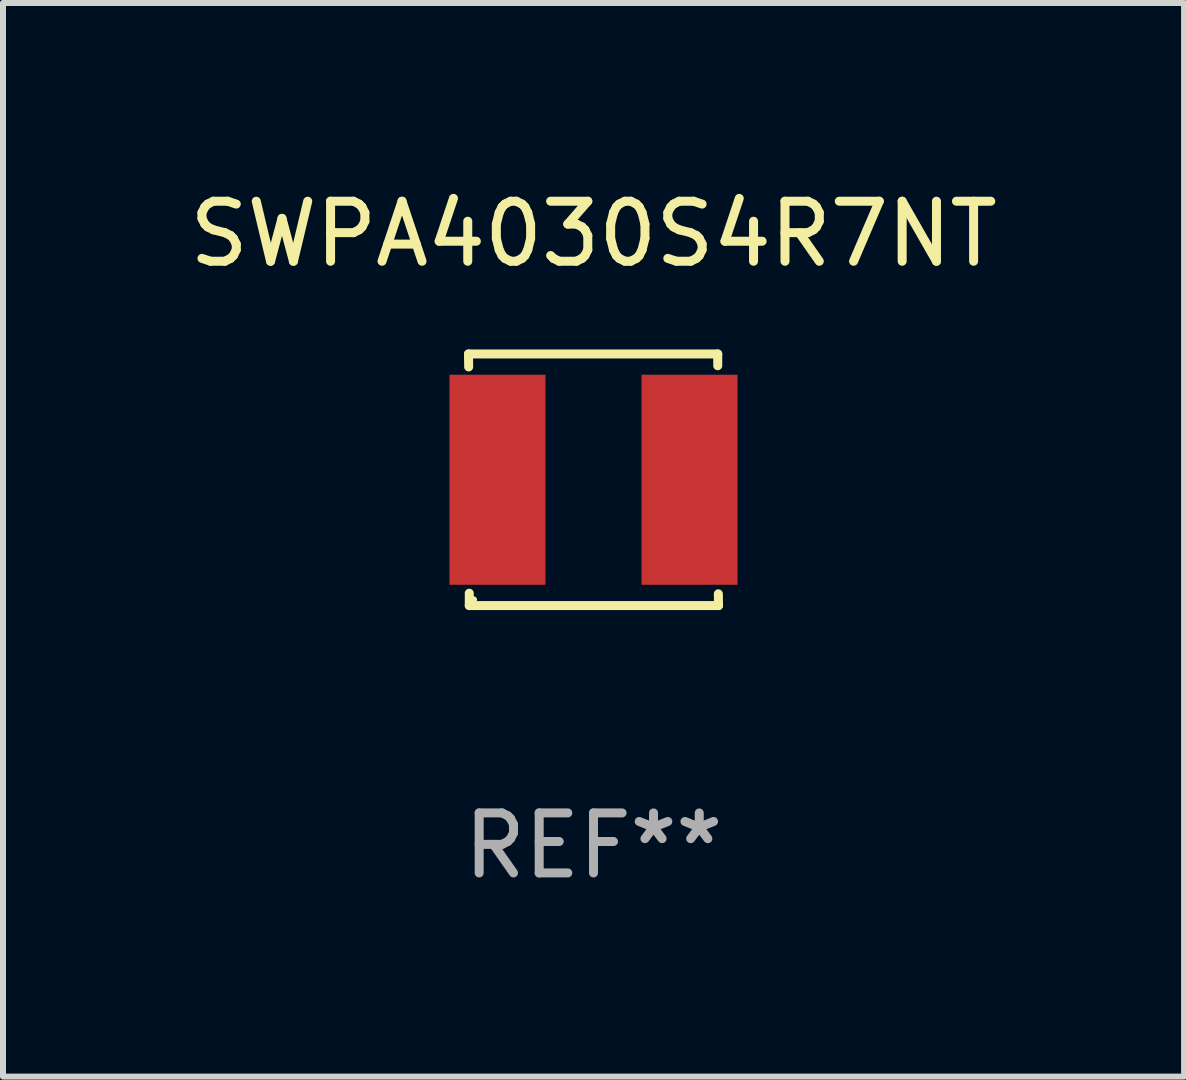
<source format=kicad_pcb>
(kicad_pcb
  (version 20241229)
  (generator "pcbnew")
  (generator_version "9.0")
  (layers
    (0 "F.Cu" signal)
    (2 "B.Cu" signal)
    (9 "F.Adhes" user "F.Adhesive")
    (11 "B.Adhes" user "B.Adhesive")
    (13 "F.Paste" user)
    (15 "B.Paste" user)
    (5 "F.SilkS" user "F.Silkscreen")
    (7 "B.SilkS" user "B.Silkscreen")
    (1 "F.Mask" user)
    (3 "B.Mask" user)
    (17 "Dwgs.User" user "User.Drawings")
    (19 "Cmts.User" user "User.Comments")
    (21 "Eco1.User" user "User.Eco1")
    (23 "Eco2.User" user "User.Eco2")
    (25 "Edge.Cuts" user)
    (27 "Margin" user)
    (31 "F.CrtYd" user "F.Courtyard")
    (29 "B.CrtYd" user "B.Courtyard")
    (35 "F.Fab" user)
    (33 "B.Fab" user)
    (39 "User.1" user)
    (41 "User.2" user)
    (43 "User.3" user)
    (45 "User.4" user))
  (footprint "SWPA4030S4R7NT"
    (layer "F.Cu")
    (at 6.839 4.944)
    (property "Reference" "SWPA4030S4R7NT" (at 0 -4.096 0) (layer "F.SilkS") (effects (font (size 1 1) (thickness 0.15))))
    (attr through_hole)
    (fp_line (start -2.083 -2.096) (end -2.08 -1.88) (stroke (width 0.15) (type solid)) (layer "F.SilkS"))
    (fp_line (start -2.07 1.89) (end -2.07 2.096) (stroke (width 0.15) (type solid)) (layer "F.SilkS"))
    (fp_line (start -2.07 2.096) (end 2.083 2.096) (stroke (width 0.15) (type solid)) (layer "F.SilkS"))
    (fp_line (start 2.07 -1.9) (end 2.07 -2.096) (stroke (width 0.15) (type solid)) (layer "F.SilkS"))
    (fp_line (start 2.07 -2.096) (end -2.083 -2.096) (stroke (width 0.15) (type solid)) (layer "F.SilkS"))
    (fp_line (start 2.083 2.096) (end 2.08 1.9) (stroke (width 0.15) (type solid)) (layer "F.SilkS"))
    (fp_circle (center -2 2) (end -1.97 2) (stroke (width 0.06) (type solid)) (fill no) (layer "F.SilkS"))
    (fp_text user "REF**" (at 0 6.096 0) (layer "F.Fab") (effects (font (size 1 1) (thickness 0.15))))
    (pad "1" smd rect (at -1.6 -0.000343) (size 1.6 3.5) (layers "F.Cu" "F.Mask" "F.Paste"))
    (pad "2" smd rect (at 1.6 -0.000343) (size 1.6 3.5) (layers "F.Cu" "F.Mask" "F.Paste")))
  (gr_rect
    (start -3 -3)
    (end 16.679 14.888)
    (stroke (width 0.1) (type default))
    (fill no)
    (layer "Edge.Cuts")))
</source>
